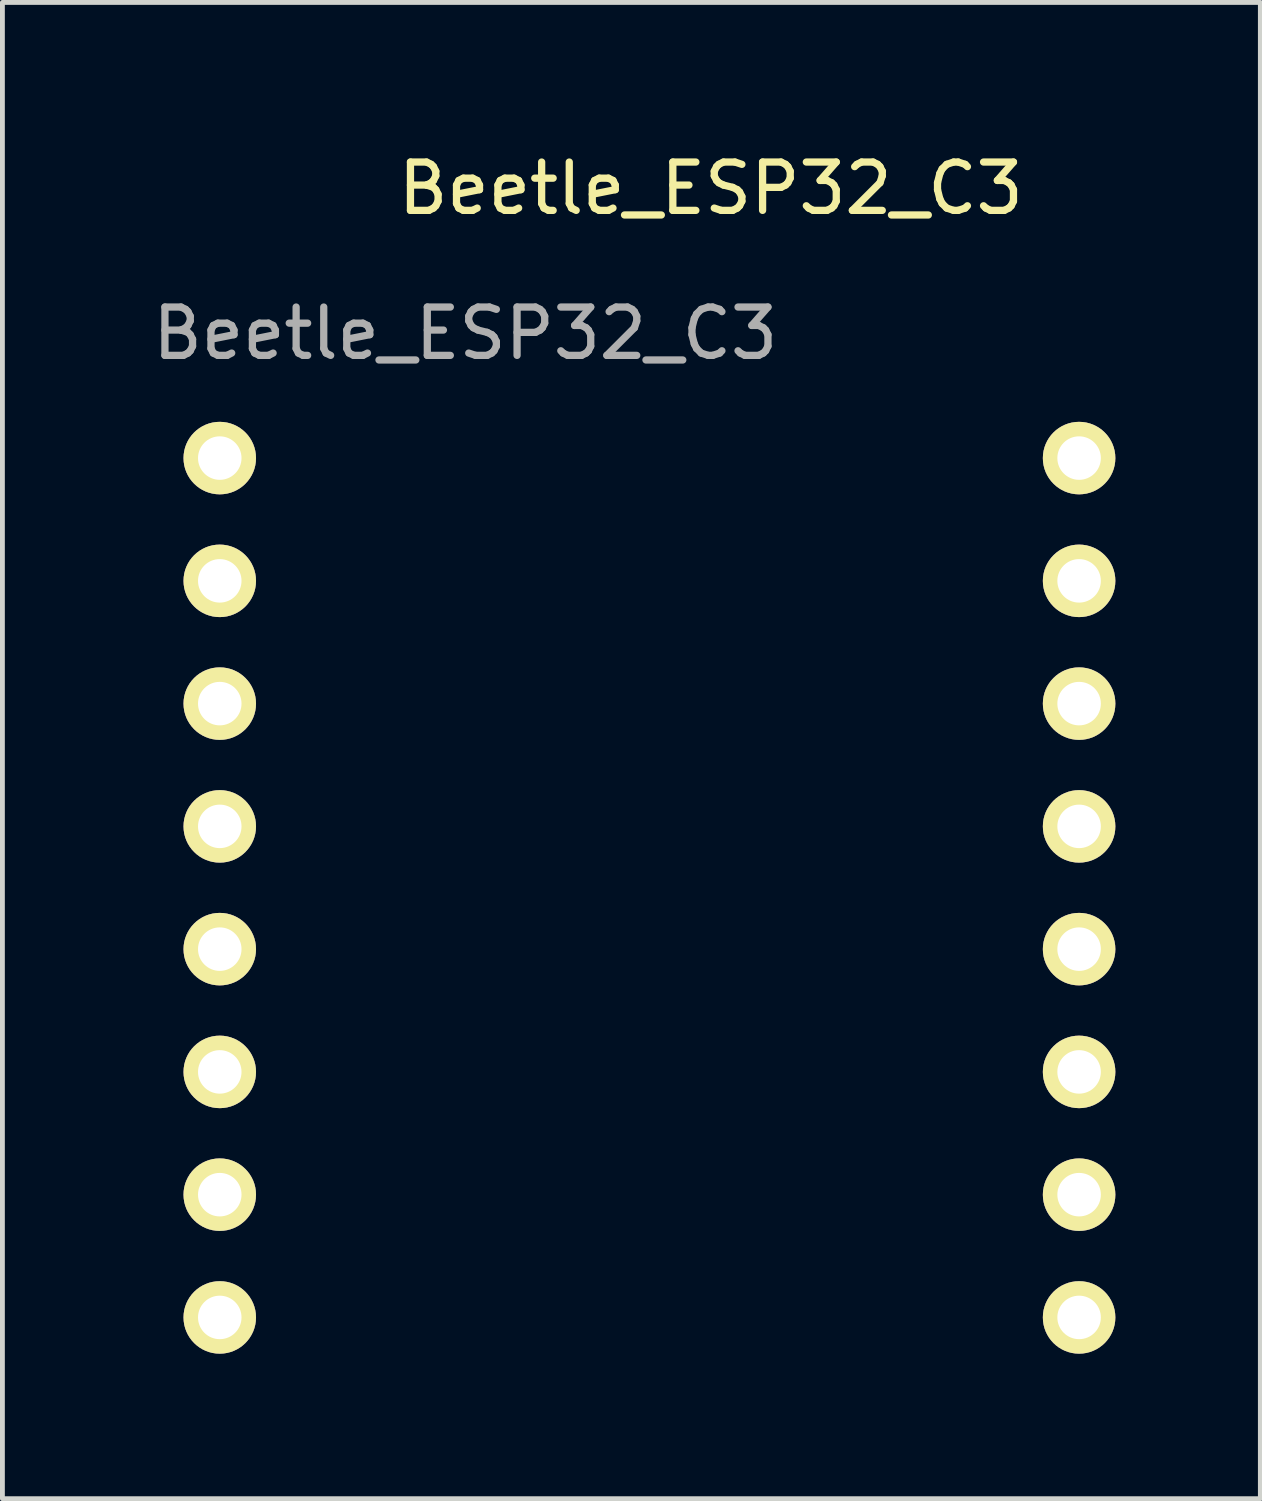
<source format=kicad_pcb>
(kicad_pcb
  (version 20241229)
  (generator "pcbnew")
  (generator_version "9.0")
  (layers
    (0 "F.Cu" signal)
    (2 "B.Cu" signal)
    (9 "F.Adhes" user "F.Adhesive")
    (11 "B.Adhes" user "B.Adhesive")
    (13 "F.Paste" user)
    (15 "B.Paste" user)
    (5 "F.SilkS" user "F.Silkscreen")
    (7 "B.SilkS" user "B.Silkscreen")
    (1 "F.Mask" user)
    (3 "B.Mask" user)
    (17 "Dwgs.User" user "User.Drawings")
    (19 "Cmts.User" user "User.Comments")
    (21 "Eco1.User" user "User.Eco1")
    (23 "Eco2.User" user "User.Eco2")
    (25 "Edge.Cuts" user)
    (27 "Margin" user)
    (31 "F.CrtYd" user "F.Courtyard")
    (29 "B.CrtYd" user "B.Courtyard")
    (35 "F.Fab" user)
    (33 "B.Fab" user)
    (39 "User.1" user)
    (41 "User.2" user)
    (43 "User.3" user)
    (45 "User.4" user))
  (footprint "Beetle_ESP32_C3"
    (layer "F.Cu")
    (at 11.657 1.348)
    (property "Reference" "Beetle_ESP32_C3" (at 0 -0.5 0) (unlocked yes) (layer "F.SilkS") (effects (font (size 1 1) (thickness 0.15))))
    (attr smd)
    (fp_text user "${REFERENCE}" (at -5.08 2.5 0) (unlocked yes) (layer "F.Fab") (effects (font (size 1 1) (thickness 0.15))))
    (pad "1" thru_hole circle (at -10.16 5.08) (size 1.5 1.5) (drill 0.9) (layers "*.Cu" "*.Mask" "F.SilkS"))
    (pad "2" thru_hole circle (at -10.16 7.62) (size 1.5 1.5) (drill 0.9) (layers "*.Cu" "*.Mask" "F.SilkS"))
    (pad "3" thru_hole circle (at -10.16 10.16) (size 1.5 1.5) (drill 0.9) (layers "*.Cu" "*.Mask" "F.SilkS"))
    (pad "4" thru_hole circle (at -10.16 12.7) (size 1.5 1.5) (drill 0.9) (layers "*.Cu" "*.Mask" "F.SilkS"))
    (pad "5" thru_hole circle (at -10.16 15.24) (size 1.5 1.5) (drill 0.9) (layers "*.Cu" "*.Mask" "F.SilkS"))
    (pad "6" thru_hole circle (at -10.16 17.78) (size 1.5 1.5) (drill 0.9) (layers "*.Cu" "*.Mask" "F.SilkS"))
    (pad "7" thru_hole circle (at -10.16 20.32) (size 1.5 1.5) (drill 0.9) (layers "*.Cu" "*.Mask" "F.SilkS"))
    (pad "8" thru_hole circle (at -10.16 22.86) (size 1.5 1.5) (drill 0.9) (layers "*.Cu" "*.Mask" "F.SilkS"))
    (pad "9" thru_hole circle (at 7.62 5.08) (size 1.5 1.5) (drill 0.9) (layers "*.Cu" "*.Mask" "F.SilkS"))
    (pad "10" thru_hole circle (at 7.62 7.62) (size 1.5 1.5) (drill 0.9) (layers "*.Cu" "*.Mask" "F.SilkS"))
    (pad "11" thru_hole circle (at 7.62 10.16) (size 1.5 1.5) (drill 0.9) (layers "*.Cu" "*.Mask" "F.SilkS"))
    (pad "12" thru_hole circle (at 7.62 12.7) (size 1.5 1.5) (drill 0.9) (layers "*.Cu" "*.Mask" "F.SilkS"))
    (pad "13" thru_hole circle (at 7.62 15.24) (size 1.5 1.5) (drill 0.9) (layers "*.Cu" "*.Mask" "F.SilkS"))
    (pad "14" thru_hole circle (at 7.62 17.78) (size 1.5 1.5) (drill 0.9) (layers "*.Cu" "*.Mask" "F.SilkS"))
    (pad "15" thru_hole circle (at 7.62 20.32) (size 1.5 1.5) (drill 0.9) (layers "*.Cu" "*.Mask" "F.SilkS"))
    (pad "16" thru_hole circle (at 7.62 22.86) (size 1.5 1.5) (drill 0.9) (layers "*.Cu" "*.Mask" "F.SilkS")))
  (gr_rect
    (start -3 -3)
    (end 23.027 27.958)
    (stroke (width 0.1) (type default))
    (fill no)
    (layer "Edge.Cuts")))
</source>
